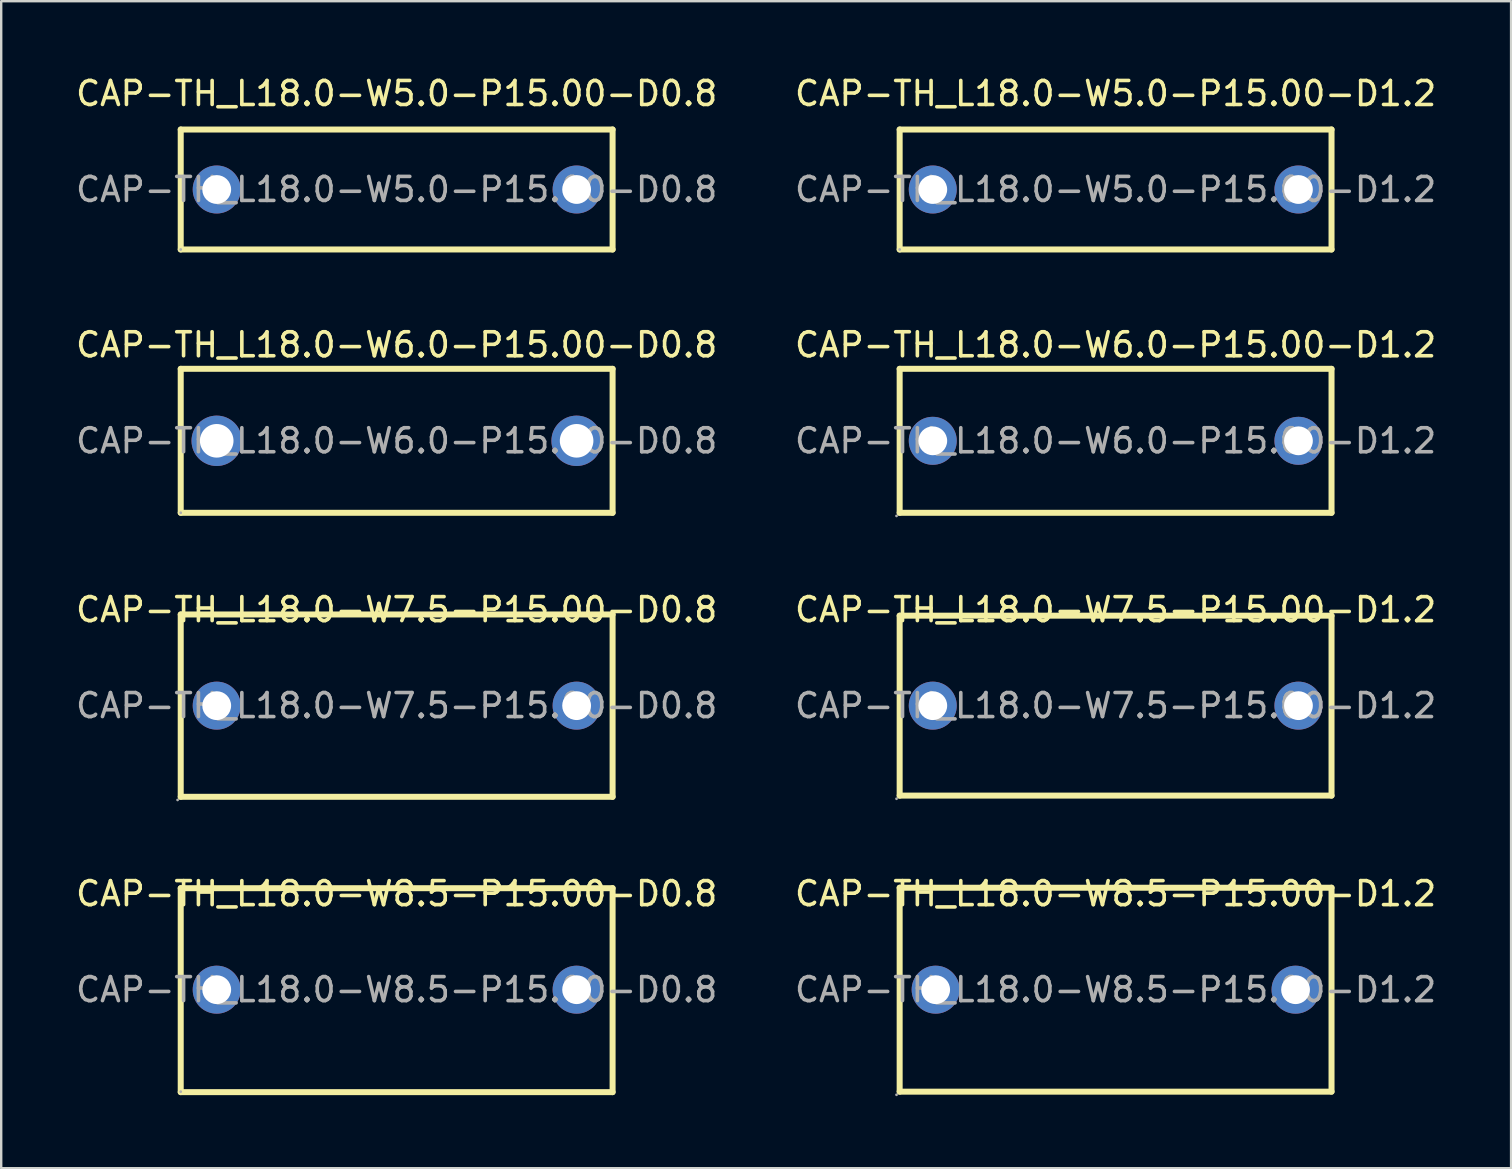
<source format=kicad_pcb>
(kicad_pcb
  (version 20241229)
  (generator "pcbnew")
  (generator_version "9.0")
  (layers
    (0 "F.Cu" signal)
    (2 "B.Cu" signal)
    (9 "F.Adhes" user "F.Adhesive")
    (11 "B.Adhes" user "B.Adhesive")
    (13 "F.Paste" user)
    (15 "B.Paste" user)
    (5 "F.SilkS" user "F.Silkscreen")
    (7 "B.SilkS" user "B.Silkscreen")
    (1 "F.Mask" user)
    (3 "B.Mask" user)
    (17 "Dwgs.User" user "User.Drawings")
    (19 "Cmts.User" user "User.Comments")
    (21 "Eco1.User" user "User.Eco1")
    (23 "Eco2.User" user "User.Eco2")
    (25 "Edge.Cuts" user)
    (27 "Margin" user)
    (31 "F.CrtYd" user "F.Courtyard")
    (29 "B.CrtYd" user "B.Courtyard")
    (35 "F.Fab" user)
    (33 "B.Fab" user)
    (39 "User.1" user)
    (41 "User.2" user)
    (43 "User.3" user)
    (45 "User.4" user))
  (footprint "CAP-TH_L18.0-W7.5-P15.00-D0.8"
    (layer "F.Cu")
    (at 13.482 26.36)
    (property "Reference" "CAP-TH_L18.0-W7.5-P15.00-D0.8" (at 0 -4 0) (layer "F.SilkS") (effects (font (size 1 1) (thickness 0.15))))
    (attr through_hole)
    (fp_line (start -9 -3.8) (end -9 3.8) (stroke (width 0.25) (type solid)) (layer "F.SilkS"))
    (fp_line (start -9 -3.8) (end 9 -3.8) (stroke (width 0.25) (type solid)) (layer "F.SilkS"))
    (fp_line (start 9 -3.8) (end 9 3.8) (stroke (width 0.25) (type solid)) (layer "F.SilkS"))
    (fp_line (start 9 3.8) (end -9 3.8) (stroke (width 0.25) (type solid)) (layer "F.SilkS"))
    (fp_circle (center -9.13 3.93) (end -9.1 3.93) (stroke (width 0.06) (type solid)) (fill no) (layer "F.Fab"))
    (fp_circle (center -7.5 0) (end -7.25 0) (stroke (width 0.5) (type solid)) (fill no) (layer "F.Fab"))
    (fp_circle (center 7.5 0) (end 7.75 0) (stroke (width 0.5) (type solid)) (fill no) (layer "F.Fab"))
    (fp_text user "${REFERENCE}" (at 0 0 0) (layer "F.Fab") (effects (font (size 1 1) (thickness 0.15))))
    (pad "1" thru_hole circle (at -7.5 0) (size 2 2) (drill 1.2) (layers "*.Cu" "*.Paste" "*.Mask"))
    (pad "2" thru_hole circle (at 7.5 0) (size 2 2) (drill 1.2) (layers "*.Cu" "*.Paste" "*.Mask")))
  (footprint "CAP-TH_L18.0-W8.5-P15.00-D0.8"
    (layer "F.Cu")
    (at 13.482 38.198)
    (property "Reference" "CAP-TH_L18.0-W8.5-P15.00-D0.8" (at 0 -4 0) (layer "F.SilkS") (effects (font (size 1 1) (thickness 0.15))))
    (attr through_hole)
    (fp_line (start -9 -4.23) (end -9 4.27) (stroke (width 0.25) (type solid)) (layer "F.SilkS"))
    (fp_line (start -9 -4.23) (end 9 -4.23) (stroke (width 0.25) (type solid)) (layer "F.SilkS"))
    (fp_line (start -9 4.27) (end 9 4.27) (stroke (width 0.25) (type solid)) (layer "F.SilkS"))
    (fp_line (start 9 -4.23) (end 9 4.27) (stroke (width 0.25) (type solid)) (layer "F.SilkS"))
    (fp_circle (center -9 4.25) (end -8.97 4.25) (stroke (width 0.06) (type solid)) (fill no) (layer "F.Fab"))
    (fp_circle (center -7.5 0) (end -7.3 0) (stroke (width 0.4) (type solid)) (fill no) (layer "F.Fab"))
    (fp_circle (center 7.5 0) (end 7.7 0) (stroke (width 0.4) (type solid)) (fill no) (layer "F.Fab"))
    (fp_text user "${REFERENCE}" (at 0 0 0) (layer "F.Fab") (effects (font (size 1 1) (thickness 0.15))))
    (pad "1" thru_hole circle (at -7.5 0) (size 2 2) (drill 1.2) (layers "*.Cu" "*.Paste" "*.Mask"))
    (pad "2" thru_hole circle (at 7.5 0) (size 2 2) (drill 1.2) (layers "*.Cu" "*.Paste" "*.Mask")))
  (footprint "CAP-TH_L18.0-W7.5-P15.00-D1.2"
    (layer "F.Cu")
    (at 43.446 26.36)
    (property "Reference" "CAP-TH_L18.0-W7.5-P15.00-D1.2" (at 0 -4 0) (layer "F.SilkS") (effects (font (size 1 1) (thickness 0.15))))
    (attr through_hole)
    (fp_line (start -9 -3.75) (end 9 -3.75) (stroke (width 0.25) (type solid)) (layer "F.SilkS"))
    (fp_line (start -9 3.75) (end -9 -3.75) (stroke (width 0.25) (type solid)) (layer "F.SilkS"))
    (fp_line (start 9 -3.75) (end 9 3.75) (stroke (width 0.25) (type solid)) (layer "F.SilkS"))
    (fp_line (start 9 3.75) (end -9 3.75) (stroke (width 0.25) (type solid)) (layer "F.SilkS"))
    (fp_circle (center -9.13 3.88) (end -9.1 3.88) (stroke (width 0.06) (type solid)) (fill no) (layer "F.Fab"))
    (fp_circle (center -7.62 0) (end -7.37 0) (stroke (width 0.5) (type solid)) (fill no) (layer "F.Fab"))
    (fp_circle (center 7.62 0) (end 7.87 0) (stroke (width 0.5) (type solid)) (fill no) (layer "F.Fab"))
    (fp_text user "${REFERENCE}" (at 0 0 0) (layer "F.Fab") (effects (font (size 1 1) (thickness 0.15))))
    (pad "1" thru_hole circle (at -7.62 0) (size 2 2) (drill 1.2) (layers "*.Cu" "*.Paste" "*.Mask"))
    (pad "2" thru_hole circle (at 7.62 0) (size 2 2) (drill 1.2) (layers "*.Cu" "*.Paste" "*.Mask")))
  (footprint "CAP-TH_L18.0-W6.0-P15.00-D0.8"
    (layer "F.Cu")
    (at 13.482 15.322)
    (property "Reference" "CAP-TH_L18.0-W6.0-P15.00-D0.8" (at 0 -4 0) (layer "F.SilkS") (effects (font (size 1 1) (thickness 0.15))))
    (attr through_hole)
    (fp_line (start -9 -3) (end 9 -3) (stroke (width 0.25) (type solid)) (layer "F.SilkS"))
    (fp_line (start -9 3) (end -9 -3) (stroke (width 0.25) (type solid)) (layer "F.SilkS"))
    (fp_line (start 9 -3) (end 9 3) (stroke (width 0.25) (type solid)) (layer "F.SilkS"))
    (fp_line (start 9 3) (end -9 3) (stroke (width 0.25) (type solid)) (layer "F.SilkS"))
    (fp_circle (center -9 3) (end -8.97 3) (stroke (width 0.06) (type solid)) (fill no) (layer "F.Fab"))
    (fp_circle (center -7.5 0) (end -7.3 0) (stroke (width 0.4) (type solid)) (fill no) (layer "F.Fab"))
    (fp_circle (center 7.5 0) (end 7.7 0) (stroke (width 0.4) (type solid)) (fill no) (layer "F.Fab"))
    (fp_text user "${REFERENCE}" (at 0 0 0) (layer "F.Fab") (effects (font (size 1 1) (thickness 0.15))))
    (pad "1" thru_hole circle (at -7.5 0) (size 2.1 2.1) (drill 1.4) (layers "*.Cu" "*.Paste" "*.Mask"))
    (pad "2" thru_hole circle (at 7.5 0) (size 2.1 2.1) (drill 1.4) (layers "*.Cu" "*.Paste" "*.Mask")))
  (footprint "CAP-TH_L18.0-W8.5-P15.00-D1.2"
    (layer "F.Cu")
    (at 43.446 38.198)
    (property "Reference" "CAP-TH_L18.0-W8.5-P15.00-D1.2" (at 0 -4 0) (layer "F.SilkS") (effects (font (size 1 1) (thickness 0.15))))
    (attr through_hole)
    (fp_line (start -9 -4.25) (end -9 4.25) (stroke (width 0.25) (type solid)) (layer "F.SilkS"))
    (fp_line (start -9 -4.25) (end 9 -4.25) (stroke (width 0.25) (type solid)) (layer "F.SilkS"))
    (fp_line (start 9 4.25) (end -9 4.25) (stroke (width 0.25) (type solid)) (layer "F.SilkS"))
    (fp_line (start 9 4.25) (end 9 -4.25) (stroke (width 0.25) (type solid)) (layer "F.SilkS"))
    (fp_circle (center -9.13 4.38) (end -9.1 4.38) (stroke (width 0.06) (type solid)) (fill no) (layer "F.Fab"))
    (fp_circle (center -7.5 0) (end -7.25 0) (stroke (width 0.5) (type solid)) (fill no) (layer "F.Fab"))
    (fp_circle (center 7.5 0) (end 7.75 0) (stroke (width 0.5) (type solid)) (fill no) (layer "F.Fab"))
    (fp_text user "${REFERENCE}" (at 0 0 0) (layer "F.Fab") (effects (font (size 1 1) (thickness 0.15))))
    (pad "1" thru_hole circle (at -7.5 0) (size 2 2) (drill 1.2) (layers "*.Cu" "*.Paste" "*.Mask"))
    (pad "2" thru_hole circle (at 7.5 0) (size 2 2) (drill 1.2) (layers "*.Cu" "*.Paste" "*.Mask")))
  (footprint "CAP-TH_L18.0-W5.0-P15.00-D1.2"
    (layer "F.Cu")
    (at 43.446 4.848)
    (property "Reference" "CAP-TH_L18.0-W5.0-P15.00-D1.2" (at 0 -4 0) (layer "F.SilkS") (effects (font (size 1 1) (thickness 0.15))))
    (attr through_hole)
    (fp_line (start -9 -2.5) (end 9 -2.5) (stroke (width 0.25) (type solid)) (layer "F.SilkS"))
    (fp_line (start -9 2.5) (end -9 -2.5) (stroke (width 0.25) (type solid)) (layer "F.SilkS"))
    (fp_line (start 9 -2.5) (end 9 2.5) (stroke (width 0.25) (type solid)) (layer "F.SilkS"))
    (fp_line (start 9 2.5) (end -9 2.5) (stroke (width 0.25) (type solid)) (layer "F.SilkS"))
    (fp_circle (center -9 2.5) (end -8.97 2.5) (stroke (width 0.06) (type solid)) (fill no) (layer "F.Fab"))
    (fp_circle (center -7.62 0) (end -7.42 0) (stroke (width 0.4) (type solid)) (fill no) (layer "F.Fab"))
    (fp_circle (center 7.62 0) (end 7.82 0) (stroke (width 0.4) (type solid)) (fill no) (layer "F.Fab"))
    (fp_text user "${REFERENCE}" (at 0 0 0) (layer "F.Fab") (effects (font (size 1 1) (thickness 0.15))))
    (pad "1" thru_hole circle (at -7.62 0) (size 2 2) (drill 1.2) (layers "*.Cu" "*.Paste" "*.Mask"))
    (pad "2" thru_hole circle (at 7.62 0) (size 2 2) (drill 1.2) (layers "*.Cu" "*.Paste" "*.Mask")))
  (footprint "CAP-TH_L18.0-W5.0-P15.00-D0.8"
    (layer "F.Cu")
    (at 13.482 4.848)
    (property "Reference" "CAP-TH_L18.0-W5.0-P15.00-D0.8" (at 0 -4 0) (layer "F.SilkS") (effects (font (size 1 1) (thickness 0.15))))
    (attr through_hole)
    (fp_line (start -9 -2.5) (end 9 -2.5) (stroke (width 0.25) (type solid)) (layer "F.SilkS"))
    (fp_line (start -9 2.5) (end -9 -2.5) (stroke (width 0.25) (type solid)) (layer "F.SilkS"))
    (fp_line (start 9 -2.5) (end 9 2.5) (stroke (width 0.25) (type solid)) (layer "F.SilkS"))
    (fp_line (start 9 2.5) (end -9 2.5) (stroke (width 0.25) (type solid)) (layer "F.SilkS"))
    (fp_circle (center -9 2.5) (end -8.97 2.5) (stroke (width 0.06) (type solid)) (fill no) (layer "F.Fab"))
    (fp_circle (center -7.5 0) (end -7.3 0) (stroke (width 0.4) (type solid)) (fill no) (layer "F.Fab"))
    (fp_circle (center 7.5 0) (end 7.7 0) (stroke (width 0.4) (type solid)) (fill no) (layer "F.Fab"))
    (fp_text user "${REFERENCE}" (at 0 0 0) (layer "F.Fab") (effects (font (size 1 1) (thickness 0.15))))
    (pad "1" thru_hole circle (at -7.5 0) (size 2 2) (drill 1.2) (layers "*.Cu" "*.Paste" "*.Mask"))
    (pad "2" thru_hole circle (at 7.5 0) (size 2 2) (drill 1.2) (layers "*.Cu" "*.Paste" "*.Mask")))
  (footprint "CAP-TH_L18.0-W6.0-P15.00-D1.2"
    (layer "F.Cu")
    (at 43.446 15.322)
    (property "Reference" "CAP-TH_L18.0-W6.0-P15.00-D1.2" (at 0 -4 0) (layer "F.SilkS") (effects (font (size 1 1) (thickness 0.15))))
    (attr through_hole)
    (fp_line (start -9 -3) (end 9 -3) (stroke (width 0.25) (type solid)) (layer "F.SilkS"))
    (fp_line (start -9 3) (end -9 -3) (stroke (width 0.25) (type solid)) (layer "F.SilkS"))
    (fp_line (start 9 -3) (end 9 3) (stroke (width 0.25) (type solid)) (layer "F.SilkS"))
    (fp_line (start 9 3) (end -9 3) (stroke (width 0.25) (type solid)) (layer "F.SilkS"))
    (fp_circle (center -9.13 3.13) (end -9.1 3.13) (stroke (width 0.06) (type solid)) (fill no) (layer "F.Fab"))
    (fp_circle (center -7.62 0) (end -7.37 0) (stroke (width 0.5) (type solid)) (fill no) (layer "F.Fab"))
    (fp_circle (center 7.62 0) (end 7.87 0) (stroke (width 0.5) (type solid)) (fill no) (layer "F.Fab"))
    (fp_text user "${REFERENCE}" (at 0 0 0) (layer "F.Fab") (effects (font (size 1 1) (thickness 0.15))))
    (pad "1" thru_hole circle (at -7.62 0) (size 2 2) (drill 1.2) (layers "*.Cu" "*.Paste" "*.Mask"))
    (pad "2" thru_hole circle (at 7.62 0) (size 2 2) (drill 1.2) (layers "*.Cu" "*.Paste" "*.Mask")))
  (gr_rect
    (start -3 -3)
    (end 59.929 45.638)
    (stroke (width 0.1) (type default))
    (fill no)
    (layer "Edge.Cuts")))
</source>
